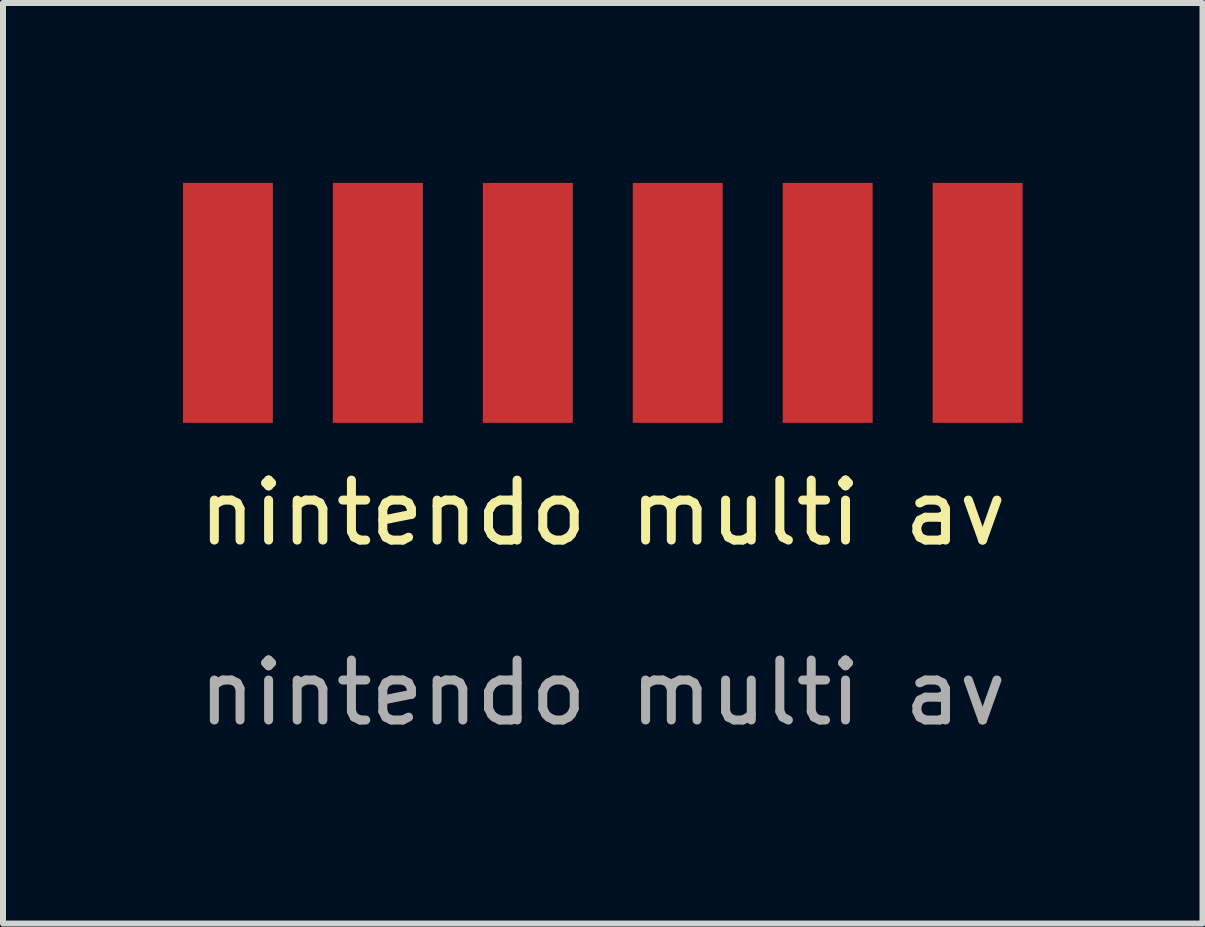
<source format=kicad_pcb>
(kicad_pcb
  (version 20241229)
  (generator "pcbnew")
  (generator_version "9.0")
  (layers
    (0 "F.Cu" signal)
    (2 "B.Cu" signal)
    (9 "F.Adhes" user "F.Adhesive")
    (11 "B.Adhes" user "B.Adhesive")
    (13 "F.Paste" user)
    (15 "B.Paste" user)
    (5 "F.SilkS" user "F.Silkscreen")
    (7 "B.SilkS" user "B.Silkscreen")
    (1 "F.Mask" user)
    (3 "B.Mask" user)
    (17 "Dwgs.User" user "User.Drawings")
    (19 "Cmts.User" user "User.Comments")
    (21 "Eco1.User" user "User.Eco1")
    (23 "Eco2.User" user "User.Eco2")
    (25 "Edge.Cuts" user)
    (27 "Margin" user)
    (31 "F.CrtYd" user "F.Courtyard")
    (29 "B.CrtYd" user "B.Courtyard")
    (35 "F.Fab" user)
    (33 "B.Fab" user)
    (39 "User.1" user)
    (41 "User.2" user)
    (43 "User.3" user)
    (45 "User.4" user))
  (footprint "nintendo multi av"
    (layer "F.Cu")
    (at 7 2)
    (property "Reference" "nintendo multi av" (at 0 3.5 0) (unlocked yes) (layer "F.SilkS") (effects (font (size 1 1) (thickness 0.15))))
    (attr smd)
    (fp_text user "${REFERENCE}" (at 0 6.5 0) (unlocked yes) (layer "F.Fab") (effects (font (size 1 1) (thickness 0.15))))
    (pad "1" smd rect (at -6.25 0) (size 1.5 4) (layers "F.Cu" "F.Mask" "F.Paste"))
    (pad "2" smd rect (at -3.75 0) (size 1.5 4) (layers "F.Cu" "F.Mask" "F.Paste"))
    (pad "3" smd rect (at -1.25 0) (size 1.5 4) (layers "F.Cu" "F.Mask" "F.Paste"))
    (pad "4" smd rect (at 1.25 0) (size 1.5 4) (layers "F.Cu" "F.Mask" "F.Paste"))
    (pad "5" smd rect (at 3.75 0) (size 1.5 4) (layers "F.Cu" "F.Mask" "F.Paste"))
    (pad "6" smd rect (at 6.25 0) (size 1.5 4) (layers "F.Cu" "F.Mask" "F.Paste")))
  (gr_rect
    (start -3 -3)
    (end 17 12.348)
    (stroke (width 0.1) (type default))
    (fill no)
    (layer "Edge.Cuts")))
</source>
